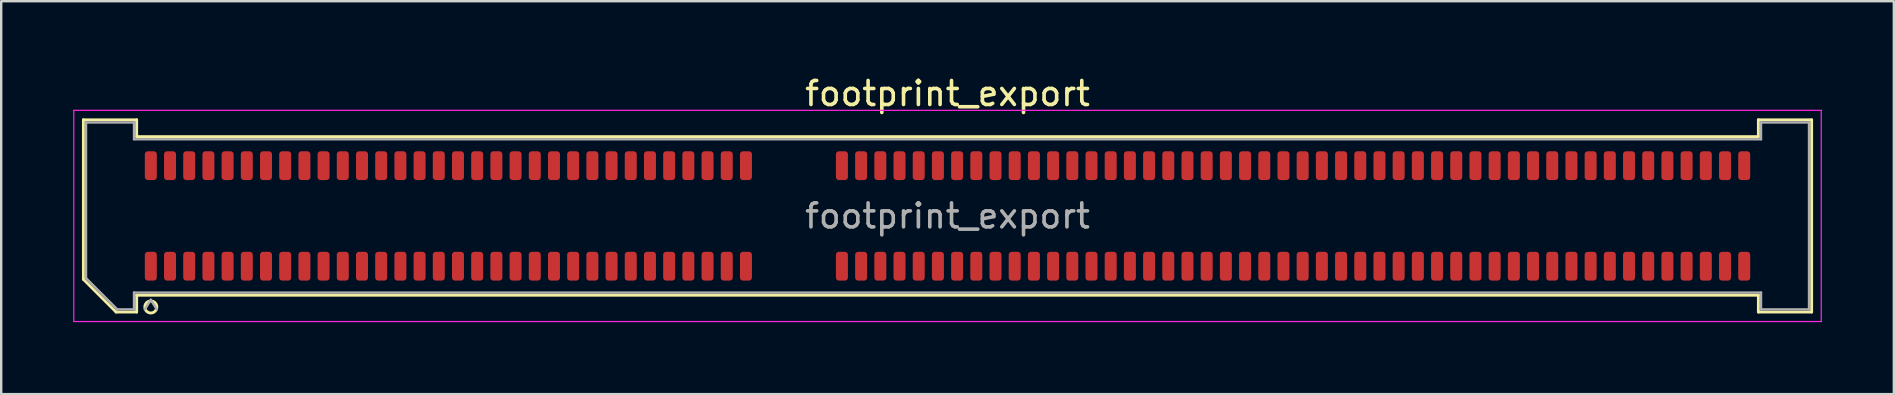
<source format=kicad_pcb>
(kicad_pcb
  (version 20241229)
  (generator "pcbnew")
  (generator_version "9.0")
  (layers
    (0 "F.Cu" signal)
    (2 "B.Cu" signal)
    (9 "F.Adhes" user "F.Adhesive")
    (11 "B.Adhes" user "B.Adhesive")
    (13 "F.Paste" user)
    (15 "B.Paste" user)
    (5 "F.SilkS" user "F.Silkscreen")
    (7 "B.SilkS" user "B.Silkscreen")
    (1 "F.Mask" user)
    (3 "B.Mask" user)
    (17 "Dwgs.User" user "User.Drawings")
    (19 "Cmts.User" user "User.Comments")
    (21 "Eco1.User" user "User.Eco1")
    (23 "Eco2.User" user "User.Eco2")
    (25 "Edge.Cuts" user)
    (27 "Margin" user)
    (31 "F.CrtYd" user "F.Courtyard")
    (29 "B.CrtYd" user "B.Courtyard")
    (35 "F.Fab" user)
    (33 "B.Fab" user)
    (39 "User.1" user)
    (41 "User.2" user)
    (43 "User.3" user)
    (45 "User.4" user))
  (footprint "footprint_export"
    (layer "F.Cu")
    (at 36.435 5.948)
    (property "Reference" "footprint_export" (at 0 -5.1 0) (layer "F.SilkS") (effects (font (size 1 1) (thickness 0.15))))
    (attr smd)
    (fp_line (start -36.01 -4.005) (end -33.79 -4.005) (stroke (width 0.12) (type solid)) (layer "F.SilkS"))
    (fp_line (start -36.01 2.641) (end -36.01 -4.005) (stroke (width 0.12) (type solid)) (layer "F.SilkS"))
    (fp_line (start -34.646 4.005) (end -36.01 2.641) (stroke (width 0.12) (type solid)) (layer "F.SilkS"))
    (fp_line (start -33.79 -4.005) (end -33.79 -3.305) (stroke (width 0.12) (type solid)) (layer "F.SilkS"))
    (fp_line (start -33.79 -3.305) (end 33.79 -3.305) (stroke (width 0.12) (type solid)) (layer "F.SilkS"))
    (fp_line (start -33.79 3.305) (end -33.79 4.005) (stroke (width 0.12) (type solid)) (layer "F.SilkS"))
    (fp_line (start -33.79 4.005) (end -34.646 4.005) (stroke (width 0.12) (type solid)) (layer "F.SilkS"))
    (fp_line (start 33.79 -4.005) (end 36.01 -4.005) (stroke (width 0.12) (type solid)) (layer "F.SilkS"))
    (fp_line (start 33.79 -3.305) (end 33.79 -4.005) (stroke (width 0.12) (type solid)) (layer "F.SilkS"))
    (fp_line (start 33.79 3.305) (end -33.79 3.305) (stroke (width 0.12) (type solid)) (layer "F.SilkS"))
    (fp_line (start 33.79 4.005) (end 33.79 3.305) (stroke (width 0.12) (type solid)) (layer "F.SilkS"))
    (fp_line (start 36.01 -4.005) (end 36.01 4.005) (stroke (width 0.12) (type solid)) (layer "F.SilkS"))
    (fp_line (start 36.01 4.005) (end 33.79 4.005) (stroke (width 0.12) (type solid)) (layer "F.SilkS"))
    (fp_arc (start -32.95 3.795) (mid -33.45 3.795) (end -32.95 3.795) (stroke (width 0.12) (type solid)) (layer "F.SilkS"))
    (fp_line (start -36.41 -4.4) (end -36.41 4.4) (stroke (width 0.05) (type solid)) (layer "F.CrtYd"))
    (fp_line (start -36.41 4.4) (end 36.41 4.4) (stroke (width 0.05) (type solid)) (layer "F.CrtYd"))
    (fp_line (start 36.41 -4.4) (end -36.41 -4.4) (stroke (width 0.05) (type solid)) (layer "F.CrtYd"))
    (fp_line (start 36.41 4.4) (end 36.41 -4.4) (stroke (width 0.05) (type solid)) (layer "F.CrtYd"))
    (fp_line (start -35.9 -3.895) (end -33.9 -3.895) (stroke (width 0.1) (type solid)) (layer "F.Fab"))
    (fp_line (start -35.9 2.595) (end -35.9 -3.895) (stroke (width 0.1) (type solid)) (layer "F.Fab"))
    (fp_line (start -34.6 3.895) (end -35.9 2.595) (stroke (width 0.1) (type solid)) (layer "F.Fab"))
    (fp_line (start -33.9 -3.895) (end -33.9 -3.195) (stroke (width 0.1) (type solid)) (layer "F.Fab"))
    (fp_line (start -33.9 -3.195) (end 33.9 -3.195) (stroke (width 0.1) (type solid)) (layer "F.Fab"))
    (fp_line (start -33.9 3.195) (end -33.9 3.895) (stroke (width 0.1) (type solid)) (layer "F.Fab"))
    (fp_line (start -33.9 3.895) (end -34.6 3.895) (stroke (width 0.1) (type solid)) (layer "F.Fab"))
    (fp_line (start -33.2 3.495) (end -33.45 3.895) (stroke (width 0.1) (type solid)) (layer "F.Fab"))
    (fp_line (start -33.2 3.495) (end -32.95 3.895) (stroke (width 0.1) (type solid)) (layer "F.Fab"))
    (fp_line (start 33.9 -3.895) (end 35.9 -3.895) (stroke (width 0.1) (type solid)) (layer "F.Fab"))
    (fp_line (start 33.9 -3.195) (end 33.9 -3.895) (stroke (width 0.1) (type solid)) (layer "F.Fab"))
    (fp_line (start 33.9 3.195) (end -33.9 3.195) (stroke (width 0.1) (type solid)) (layer "F.Fab"))
    (fp_line (start 33.9 3.895) (end 33.9 3.195) (stroke (width 0.1) (type solid)) (layer "F.Fab"))
    (fp_line (start 35.9 -3.895) (end 35.9 3.895) (stroke (width 0.1) (type solid)) (layer "F.Fab"))
    (fp_line (start 35.9 3.895) (end 33.9 3.895) (stroke (width 0.1) (type solid)) (layer "F.Fab"))
    (fp_text user "${REFERENCE}" (at 0 0 0) (layer "F.Fab") (effects (font (size 1 1) (thickness 0.15))))
    (pad "1" smd roundrect (at -33.2 2.095) (size 0.5 1.2) (layers "F.Cu" "F.Mask" "F.Paste") (roundrect_rratio 0.25))
    (pad "2" smd roundrect (at -33.2 -2.095) (size 0.5 1.2) (layers "F.Cu" "F.Mask" "F.Paste") (roundrect_rratio 0.25))
    (pad "3" smd roundrect (at -32.4 2.095) (size 0.5 1.2) (layers "F.Cu" "F.Mask" "F.Paste") (roundrect_rratio 0.25))
    (pad "4" smd roundrect (at -32.4 -2.095) (size 0.5 1.2) (layers "F.Cu" "F.Mask" "F.Paste") (roundrect_rratio 0.25))
    (pad "5" smd roundrect (at -31.6 2.095) (size 0.5 1.2) (layers "F.Cu" "F.Mask" "F.Paste") (roundrect_rratio 0.25))
    (pad "6" smd roundrect (at -31.6 -2.095) (size 0.5 1.2) (layers "F.Cu" "F.Mask" "F.Paste") (roundrect_rratio 0.25))
    (pad "7" smd roundrect (at -30.8 2.095) (size 0.5 1.2) (layers "F.Cu" "F.Mask" "F.Paste") (roundrect_rratio 0.25))
    (pad "8" smd roundrect (at -30.8 -2.095) (size 0.5 1.2) (layers "F.Cu" "F.Mask" "F.Paste") (roundrect_rratio 0.25))
    (pad "9" smd roundrect (at -30 2.095) (size 0.5 1.2) (layers "F.Cu" "F.Mask" "F.Paste") (roundrect_rratio 0.25))
    (pad "10" smd roundrect (at -30 -2.095) (size 0.5 1.2) (layers "F.Cu" "F.Mask" "F.Paste") (roundrect_rratio 0.25))
    (pad "11" smd roundrect (at -29.2 2.095) (size 0.5 1.2) (layers "F.Cu" "F.Mask" "F.Paste") (roundrect_rratio 0.25))
    (pad "12" smd roundrect (at -29.2 -2.095) (size 0.5 1.2) (layers "F.Cu" "F.Mask" "F.Paste") (roundrect_rratio 0.25))
    (pad "13" smd roundrect (at -28.4 2.095) (size 0.5 1.2) (layers "F.Cu" "F.Mask" "F.Paste") (roundrect_rratio 0.25))
    (pad "14" smd roundrect (at -28.4 -2.095) (size 0.5 1.2) (layers "F.Cu" "F.Mask" "F.Paste") (roundrect_rratio 0.25))
    (pad "15" smd roundrect (at -27.6 2.095) (size 0.5 1.2) (layers "F.Cu" "F.Mask" "F.Paste") (roundrect_rratio 0.25))
    (pad "16" smd roundrect (at -27.6 -2.095) (size 0.5 1.2) (layers "F.Cu" "F.Mask" "F.Paste") (roundrect_rratio 0.25))
    (pad "17" smd roundrect (at -26.8 2.095) (size 0.5 1.2) (layers "F.Cu" "F.Mask" "F.Paste") (roundrect_rratio 0.25))
    (pad "18" smd roundrect (at -26.8 -2.095) (size 0.5 1.2) (layers "F.Cu" "F.Mask" "F.Paste") (roundrect_rratio 0.25))
    (pad "19" smd roundrect (at -26 2.095) (size 0.5 1.2) (layers "F.Cu" "F.Mask" "F.Paste") (roundrect_rratio 0.25))
    (pad "20" smd roundrect (at -26 -2.095) (size 0.5 1.2) (layers "F.Cu" "F.Mask" "F.Paste") (roundrect_rratio 0.25))
    (pad "21" smd roundrect (at -25.2 2.095) (size 0.5 1.2) (layers "F.Cu" "F.Mask" "F.Paste") (roundrect_rratio 0.25))
    (pad "22" smd roundrect (at -25.2 -2.095) (size 0.5 1.2) (layers "F.Cu" "F.Mask" "F.Paste") (roundrect_rratio 0.25))
    (pad "23" smd roundrect (at -24.4 2.095) (size 0.5 1.2) (layers "F.Cu" "F.Mask" "F.Paste") (roundrect_rratio 0.25))
    (pad "24" smd roundrect (at -24.4 -2.095) (size 0.5 1.2) (layers "F.Cu" "F.Mask" "F.Paste") (roundrect_rratio 0.25))
    (pad "25" smd roundrect (at -23.6 2.095) (size 0.5 1.2) (layers "F.Cu" "F.Mask" "F.Paste") (roundrect_rratio 0.25))
    (pad "26" smd roundrect (at -23.6 -2.095) (size 0.5 1.2) (layers "F.Cu" "F.Mask" "F.Paste") (roundrect_rratio 0.25))
    (pad "27" smd roundrect (at -22.8 2.095) (size 0.5 1.2) (layers "F.Cu" "F.Mask" "F.Paste") (roundrect_rratio 0.25))
    (pad "28" smd roundrect (at -22.8 -2.095) (size 0.5 1.2) (layers "F.Cu" "F.Mask" "F.Paste") (roundrect_rratio 0.25))
    (pad "29" smd roundrect (at -22 2.095) (size 0.5 1.2) (layers "F.Cu" "F.Mask" "F.Paste") (roundrect_rratio 0.25))
    (pad "30" smd roundrect (at -22 -2.095) (size 0.5 1.2) (layers "F.Cu" "F.Mask" "F.Paste") (roundrect_rratio 0.25))
    (pad "31" smd roundrect (at -21.2 2.095) (size 0.5 1.2) (layers "F.Cu" "F.Mask" "F.Paste") (roundrect_rratio 0.25))
    (pad "32" smd roundrect (at -21.2 -2.095) (size 0.5 1.2) (layers "F.Cu" "F.Mask" "F.Paste") (roundrect_rratio 0.25))
    (pad "33" smd roundrect (at -20.4 2.095) (size 0.5 1.2) (layers "F.Cu" "F.Mask" "F.Paste") (roundrect_rratio 0.25))
    (pad "34" smd roundrect (at -20.4 -2.095) (size 0.5 1.2) (layers "F.Cu" "F.Mask" "F.Paste") (roundrect_rratio 0.25))
    (pad "35" smd roundrect (at -19.6 2.095) (size 0.5 1.2) (layers "F.Cu" "F.Mask" "F.Paste") (roundrect_rratio 0.25))
    (pad "36" smd roundrect (at -19.6 -2.095) (size 0.5 1.2) (layers "F.Cu" "F.Mask" "F.Paste") (roundrect_rratio 0.25))
    (pad "37" smd roundrect (at -18.8 2.095) (size 0.5 1.2) (layers "F.Cu" "F.Mask" "F.Paste") (roundrect_rratio 0.25))
    (pad "38" smd roundrect (at -18.8 -2.095) (size 0.5 1.2) (layers "F.Cu" "F.Mask" "F.Paste") (roundrect_rratio 0.25))
    (pad "39" smd roundrect (at -18 2.095) (size 0.5 1.2) (layers "F.Cu" "F.Mask" "F.Paste") (roundrect_rratio 0.25))
    (pad "40" smd roundrect (at -18 -2.095) (size 0.5 1.2) (layers "F.Cu" "F.Mask" "F.Paste") (roundrect_rratio 0.25))
    (pad "41" smd roundrect (at -17.2 2.095) (size 0.5 1.2) (layers "F.Cu" "F.Mask" "F.Paste") (roundrect_rratio 0.25))
    (pad "42" smd roundrect (at -17.2 -2.095) (size 0.5 1.2) (layers "F.Cu" "F.Mask" "F.Paste") (roundrect_rratio 0.25))
    (pad "43" smd roundrect (at -16.4 2.095) (size 0.5 1.2) (layers "F.Cu" "F.Mask" "F.Paste") (roundrect_rratio 0.25))
    (pad "44" smd roundrect (at -16.4 -2.095) (size 0.5 1.2) (layers "F.Cu" "F.Mask" "F.Paste") (roundrect_rratio 0.25))
    (pad "45" smd roundrect (at -15.6 2.095) (size 0.5 1.2) (layers "F.Cu" "F.Mask" "F.Paste") (roundrect_rratio 0.25))
    (pad "46" smd roundrect (at -15.6 -2.095) (size 0.5 1.2) (layers "F.Cu" "F.Mask" "F.Paste") (roundrect_rratio 0.25))
    (pad "47" smd roundrect (at -14.8 2.095) (size 0.5 1.2) (layers "F.Cu" "F.Mask" "F.Paste") (roundrect_rratio 0.25))
    (pad "48" smd roundrect (at -14.8 -2.095) (size 0.5 1.2) (layers "F.Cu" "F.Mask" "F.Paste") (roundrect_rratio 0.25))
    (pad "49" smd roundrect (at -14 2.095) (size 0.5 1.2) (layers "F.Cu" "F.Mask" "F.Paste") (roundrect_rratio 0.25))
    (pad "50" smd roundrect (at -14 -2.095) (size 0.5 1.2) (layers "F.Cu" "F.Mask" "F.Paste") (roundrect_rratio 0.25))
    (pad "51" smd roundrect (at -13.2 2.095) (size 0.5 1.2) (layers "F.Cu" "F.Mask" "F.Paste") (roundrect_rratio 0.25))
    (pad "52" smd roundrect (at -13.2 -2.095) (size 0.5 1.2) (layers "F.Cu" "F.Mask" "F.Paste") (roundrect_rratio 0.25))
    (pad "53" smd roundrect (at -12.4 2.095) (size 0.5 1.2) (layers "F.Cu" "F.Mask" "F.Paste") (roundrect_rratio 0.25))
    (pad "54" smd roundrect (at -12.4 -2.095) (size 0.5 1.2) (layers "F.Cu" "F.Mask" "F.Paste") (roundrect_rratio 0.25))
    (pad "55" smd roundrect (at -11.6 2.095) (size 0.5 1.2) (layers "F.Cu" "F.Mask" "F.Paste") (roundrect_rratio 0.25))
    (pad "56" smd roundrect (at -11.6 -2.095) (size 0.5 1.2) (layers "F.Cu" "F.Mask" "F.Paste") (roundrect_rratio 0.25))
    (pad "57" smd roundrect (at -10.8 2.095) (size 0.5 1.2) (layers "F.Cu" "F.Mask" "F.Paste") (roundrect_rratio 0.25))
    (pad "58" smd roundrect (at -10.8 -2.095) (size 0.5 1.2) (layers "F.Cu" "F.Mask" "F.Paste") (roundrect_rratio 0.25))
    (pad "59" smd roundrect (at -10 2.095) (size 0.5 1.2) (layers "F.Cu" "F.Mask" "F.Paste") (roundrect_rratio 0.25))
    (pad "60" smd roundrect (at -10 -2.095) (size 0.5 1.2) (layers "F.Cu" "F.Mask" "F.Paste") (roundrect_rratio 0.25))
    (pad "61" smd roundrect (at -9.2 2.095) (size 0.5 1.2) (layers "F.Cu" "F.Mask" "F.Paste") (roundrect_rratio 0.25))
    (pad "62" smd roundrect (at -9.2 -2.095) (size 0.5 1.2) (layers "F.Cu" "F.Mask" "F.Paste") (roundrect_rratio 0.25))
    (pad "63" smd roundrect (at -8.4 2.095) (size 0.5 1.2) (layers "F.Cu" "F.Mask" "F.Paste") (roundrect_rratio 0.25))
    (pad "64" smd roundrect (at -8.4 -2.095) (size 0.5 1.2) (layers "F.Cu" "F.Mask" "F.Paste") (roundrect_rratio 0.25))
    (pad "65" smd roundrect (at -4.4 2.095) (size 0.5 1.2) (layers "F.Cu" "F.Mask" "F.Paste") (roundrect_rratio 0.25))
    (pad "66" smd roundrect (at -4.4 -2.095) (size 0.5 1.2) (layers "F.Cu" "F.Mask" "F.Paste") (roundrect_rratio 0.25))
    (pad "67" smd roundrect (at -3.6 2.095) (size 0.5 1.2) (layers "F.Cu" "F.Mask" "F.Paste") (roundrect_rratio 0.25))
    (pad "68" smd roundrect (at -3.6 -2.095) (size 0.5 1.2) (layers "F.Cu" "F.Mask" "F.Paste") (roundrect_rratio 0.25))
    (pad "69" smd roundrect (at -2.8 2.095) (size 0.5 1.2) (layers "F.Cu" "F.Mask" "F.Paste") (roundrect_rratio 0.25))
    (pad "70" smd roundrect (at -2.8 -2.095) (size 0.5 1.2) (layers "F.Cu" "F.Mask" "F.Paste") (roundrect_rratio 0.25))
    (pad "71" smd roundrect (at -2 2.095) (size 0.5 1.2) (layers "F.Cu" "F.Mask" "F.Paste") (roundrect_rratio 0.25))
    (pad "72" smd roundrect (at -2 -2.095) (size 0.5 1.2) (layers "F.Cu" "F.Mask" "F.Paste") (roundrect_rratio 0.25))
    (pad "73" smd roundrect (at -1.2 2.095) (size 0.5 1.2) (layers "F.Cu" "F.Mask" "F.Paste") (roundrect_rratio 0.25))
    (pad "74" smd roundrect (at -1.2 -2.095) (size 0.5 1.2) (layers "F.Cu" "F.Mask" "F.Paste") (roundrect_rratio 0.25))
    (pad "75" smd roundrect (at -0.4 2.095) (size 0.5 1.2) (layers "F.Cu" "F.Mask" "F.Paste") (roundrect_rratio 0.25))
    (pad "76" smd roundrect (at -0.4 -2.095) (size 0.5 1.2) (layers "F.Cu" "F.Mask" "F.Paste") (roundrect_rratio 0.25))
    (pad "77" smd roundrect (at 0.4 2.095) (size 0.5 1.2) (layers "F.Cu" "F.Mask" "F.Paste") (roundrect_rratio 0.25))
    (pad "78" smd roundrect (at 0.4 -2.095) (size 0.5 1.2) (layers "F.Cu" "F.Mask" "F.Paste") (roundrect_rratio 0.25))
    (pad "79" smd roundrect (at 1.2 2.095) (size 0.5 1.2) (layers "F.Cu" "F.Mask" "F.Paste") (roundrect_rratio 0.25))
    (pad "80" smd roundrect (at 1.2 -2.095) (size 0.5 1.2) (layers "F.Cu" "F.Mask" "F.Paste") (roundrect_rratio 0.25))
    (pad "81" smd roundrect (at 2 2.095) (size 0.5 1.2) (layers "F.Cu" "F.Mask" "F.Paste") (roundrect_rratio 0.25))
    (pad "82" smd roundrect (at 2 -2.095) (size 0.5 1.2) (layers "F.Cu" "F.Mask" "F.Paste") (roundrect_rratio 0.25))
    (pad "83" smd roundrect (at 2.8 2.095) (size 0.5 1.2) (layers "F.Cu" "F.Mask" "F.Paste") (roundrect_rratio 0.25))
    (pad "84" smd roundrect (at 2.8 -2.095) (size 0.5 1.2) (layers "F.Cu" "F.Mask" "F.Paste") (roundrect_rratio 0.25))
    (pad "85" smd roundrect (at 3.6 2.095) (size 0.5 1.2) (layers "F.Cu" "F.Mask" "F.Paste") (roundrect_rratio 0.25))
    (pad "86" smd roundrect (at 3.6 -2.095) (size 0.5 1.2) (layers "F.Cu" "F.Mask" "F.Paste") (roundrect_rratio 0.25))
    (pad "87" smd roundrect (at 4.4 2.095) (size 0.5 1.2) (layers "F.Cu" "F.Mask" "F.Paste") (roundrect_rratio 0.25))
    (pad "88" smd roundrect (at 4.4 -2.095) (size 0.5 1.2) (layers "F.Cu" "F.Mask" "F.Paste") (roundrect_rratio 0.25))
    (pad "89" smd roundrect (at 5.2 2.095) (size 0.5 1.2) (layers "F.Cu" "F.Mask" "F.Paste") (roundrect_rratio 0.25))
    (pad "90" smd roundrect (at 5.2 -2.095) (size 0.5 1.2) (layers "F.Cu" "F.Mask" "F.Paste") (roundrect_rratio 0.25))
    (pad "91" smd roundrect (at 6 2.095) (size 0.5 1.2) (layers "F.Cu" "F.Mask" "F.Paste") (roundrect_rratio 0.25))
    (pad "92" smd roundrect (at 6 -2.095) (size 0.5 1.2) (layers "F.Cu" "F.Mask" "F.Paste") (roundrect_rratio 0.25))
    (pad "93" smd roundrect (at 6.8 2.095) (size 0.5 1.2) (layers "F.Cu" "F.Mask" "F.Paste") (roundrect_rratio 0.25))
    (pad "94" smd roundrect (at 6.8 -2.095) (size 0.5 1.2) (layers "F.Cu" "F.Mask" "F.Paste") (roundrect_rratio 0.25))
    (pad "95" smd roundrect (at 7.6 2.095) (size 0.5 1.2) (layers "F.Cu" "F.Mask" "F.Paste") (roundrect_rratio 0.25))
    (pad "96" smd roundrect (at 7.6 -2.095) (size 0.5 1.2) (layers "F.Cu" "F.Mask" "F.Paste") (roundrect_rratio 0.25))
    (pad "97" smd roundrect (at 8.4 2.095) (size 0.5 1.2) (layers "F.Cu" "F.Mask" "F.Paste") (roundrect_rratio 0.25))
    (pad "98" smd roundrect (at 8.4 -2.095) (size 0.5 1.2) (layers "F.Cu" "F.Mask" "F.Paste") (roundrect_rratio 0.25))
    (pad "99" smd roundrect (at 9.2 2.095) (size 0.5 1.2) (layers "F.Cu" "F.Mask" "F.Paste") (roundrect_rratio 0.25))
    (pad "100" smd roundrect (at 9.2 -2.095) (size 0.5 1.2) (layers "F.Cu" "F.Mask" "F.Paste") (roundrect_rratio 0.25))
    (pad "101" smd roundrect (at 10 2.095) (size 0.5 1.2) (layers "F.Cu" "F.Mask" "F.Paste") (roundrect_rratio 0.25))
    (pad "102" smd roundrect (at 10 -2.095) (size 0.5 1.2) (layers "F.Cu" "F.Mask" "F.Paste") (roundrect_rratio 0.25))
    (pad "103" smd roundrect (at 10.8 2.095) (size 0.5 1.2) (layers "F.Cu" "F.Mask" "F.Paste") (roundrect_rratio 0.25))
    (pad "104" smd roundrect (at 10.8 -2.095) (size 0.5 1.2) (layers "F.Cu" "F.Mask" "F.Paste") (roundrect_rratio 0.25))
    (pad "105" smd roundrect (at 11.6 2.095) (size 0.5 1.2) (layers "F.Cu" "F.Mask" "F.Paste") (roundrect_rratio 0.25))
    (pad "106" smd roundrect (at 11.6 -2.095) (size 0.5 1.2) (layers "F.Cu" "F.Mask" "F.Paste") (roundrect_rratio 0.25))
    (pad "107" smd roundrect (at 12.4 2.095) (size 0.5 1.2) (layers "F.Cu" "F.Mask" "F.Paste") (roundrect_rratio 0.25))
    (pad "108" smd roundrect (at 12.4 -2.095) (size 0.5 1.2) (layers "F.Cu" "F.Mask" "F.Paste") (roundrect_rratio 0.25))
    (pad "109" smd roundrect (at 13.2 2.095) (size 0.5 1.2) (layers "F.Cu" "F.Mask" "F.Paste") (roundrect_rratio 0.25))
    (pad "110" smd roundrect (at 13.2 -2.095) (size 0.5 1.2) (layers "F.Cu" "F.Mask" "F.Paste") (roundrect_rratio 0.25))
    (pad "111" smd roundrect (at 14 2.095) (size 0.5 1.2) (layers "F.Cu" "F.Mask" "F.Paste") (roundrect_rratio 0.25))
    (pad "112" smd roundrect (at 14 -2.095) (size 0.5 1.2) (layers "F.Cu" "F.Mask" "F.Paste") (roundrect_rratio 0.25))
    (pad "113" smd roundrect (at 14.8 2.095) (size 0.5 1.2) (layers "F.Cu" "F.Mask" "F.Paste") (roundrect_rratio 0.25))
    (pad "114" smd roundrect (at 14.8 -2.095) (size 0.5 1.2) (layers "F.Cu" "F.Mask" "F.Paste") (roundrect_rratio 0.25))
    (pad "115" smd roundrect (at 15.6 2.095) (size 0.5 1.2) (layers "F.Cu" "F.Mask" "F.Paste") (roundrect_rratio 0.25))
    (pad "116" smd roundrect (at 15.6 -2.095) (size 0.5 1.2) (layers "F.Cu" "F.Mask" "F.Paste") (roundrect_rratio 0.25))
    (pad "117" smd roundrect (at 16.4 2.095) (size 0.5 1.2) (layers "F.Cu" "F.Mask" "F.Paste") (roundrect_rratio 0.25))
    (pad "118" smd roundrect (at 16.4 -2.095) (size 0.5 1.2) (layers "F.Cu" "F.Mask" "F.Paste") (roundrect_rratio 0.25))
    (pad "119" smd roundrect (at 17.2 2.095) (size 0.5 1.2) (layers "F.Cu" "F.Mask" "F.Paste") (roundrect_rratio 0.25))
    (pad "120" smd roundrect (at 17.2 -2.095) (size 0.5 1.2) (layers "F.Cu" "F.Mask" "F.Paste") (roundrect_rratio 0.25))
    (pad "121" smd roundrect (at 18 2.095) (size 0.5 1.2) (layers "F.Cu" "F.Mask" "F.Paste") (roundrect_rratio 0.25))
    (pad "122" smd roundrect (at 18 -2.095) (size 0.5 1.2) (layers "F.Cu" "F.Mask" "F.Paste") (roundrect_rratio 0.25))
    (pad "123" smd roundrect (at 18.8 2.095) (size 0.5 1.2) (layers "F.Cu" "F.Mask" "F.Paste") (roundrect_rratio 0.25))
    (pad "124" smd roundrect (at 18.8 -2.095) (size 0.5 1.2) (layers "F.Cu" "F.Mask" "F.Paste") (roundrect_rratio 0.25))
    (pad "125" smd roundrect (at 19.6 2.095) (size 0.5 1.2) (layers "F.Cu" "F.Mask" "F.Paste") (roundrect_rratio 0.25))
    (pad "126" smd roundrect (at 19.6 -2.095) (size 0.5 1.2) (layers "F.Cu" "F.Mask" "F.Paste") (roundrect_rratio 0.25))
    (pad "127" smd roundrect (at 20.4 2.095) (size 0.5 1.2) (layers "F.Cu" "F.Mask" "F.Paste") (roundrect_rratio 0.25))
    (pad "128" smd roundrect (at 20.4 -2.095) (size 0.5 1.2) (layers "F.Cu" "F.Mask" "F.Paste") (roundrect_rratio 0.25))
    (pad "129" smd roundrect (at 21.2 2.095) (size 0.5 1.2) (layers "F.Cu" "F.Mask" "F.Paste") (roundrect_rratio 0.25))
    (pad "130" smd roundrect (at 21.2 -2.095) (size 0.5 1.2) (layers "F.Cu" "F.Mask" "F.Paste") (roundrect_rratio 0.25))
    (pad "131" smd roundrect (at 22 2.095) (size 0.5 1.2) (layers "F.Cu" "F.Mask" "F.Paste") (roundrect_rratio 0.25))
    (pad "132" smd roundrect (at 22 -2.095) (size 0.5 1.2) (layers "F.Cu" "F.Mask" "F.Paste") (roundrect_rratio 0.25))
    (pad "133" smd roundrect (at 22.8 2.095) (size 0.5 1.2) (layers "F.Cu" "F.Mask" "F.Paste") (roundrect_rratio 0.25))
    (pad "134" smd roundrect (at 22.8 -2.095) (size 0.5 1.2) (layers "F.Cu" "F.Mask" "F.Paste") (roundrect_rratio 0.25))
    (pad "135" smd roundrect (at 23.6 2.095) (size 0.5 1.2) (layers "F.Cu" "F.Mask" "F.Paste") (roundrect_rratio 0.25))
    (pad "136" smd roundrect (at 23.6 -2.095) (size 0.5 1.2) (layers "F.Cu" "F.Mask" "F.Paste") (roundrect_rratio 0.25))
    (pad "137" smd roundrect (at 24.4 2.095) (size 0.5 1.2) (layers "F.Cu" "F.Mask" "F.Paste") (roundrect_rratio 0.25))
    (pad "138" smd roundrect (at 24.4 -2.095) (size 0.5 1.2) (layers "F.Cu" "F.Mask" "F.Paste") (roundrect_rratio 0.25))
    (pad "139" smd roundrect (at 25.2 2.095) (size 0.5 1.2) (layers "F.Cu" "F.Mask" "F.Paste") (roundrect_rratio 0.25))
    (pad "140" smd roundrect (at 25.2 -2.095) (size 0.5 1.2) (layers "F.Cu" "F.Mask" "F.Paste") (roundrect_rratio 0.25))
    (pad "141" smd roundrect (at 26 2.095) (size 0.5 1.2) (layers "F.Cu" "F.Mask" "F.Paste") (roundrect_rratio 0.25))
    (pad "142" smd roundrect (at 26 -2.095) (size 0.5 1.2) (layers "F.Cu" "F.Mask" "F.Paste") (roundrect_rratio 0.25))
    (pad "143" smd roundrect (at 26.8 2.095) (size 0.5 1.2) (layers "F.Cu" "F.Mask" "F.Paste") (roundrect_rratio 0.25))
    (pad "144" smd roundrect (at 26.8 -2.095) (size 0.5 1.2) (layers "F.Cu" "F.Mask" "F.Paste") (roundrect_rratio 0.25))
    (pad "145" smd roundrect (at 27.6 2.095) (size 0.5 1.2) (layers "F.Cu" "F.Mask" "F.Paste") (roundrect_rratio 0.25))
    (pad "146" smd roundrect (at 27.6 -2.095) (size 0.5 1.2) (layers "F.Cu" "F.Mask" "F.Paste") (roundrect_rratio 0.25))
    (pad "147" smd roundrect (at 28.4 2.095) (size 0.5 1.2) (layers "F.Cu" "F.Mask" "F.Paste") (roundrect_rratio 0.25))
    (pad "148" smd roundrect (at 28.4 -2.095) (size 0.5 1.2) (layers "F.Cu" "F.Mask" "F.Paste") (roundrect_rratio 0.25))
    (pad "149" smd roundrect (at 29.2 2.095) (size 0.5 1.2) (layers "F.Cu" "F.Mask" "F.Paste") (roundrect_rratio 0.25))
    (pad "150" smd roundrect (at 29.2 -2.095) (size 0.5 1.2) (layers "F.Cu" "F.Mask" "F.Paste") (roundrect_rratio 0.25))
    (pad "151" smd roundrect (at 30 2.095) (size 0.5 1.2) (layers "F.Cu" "F.Mask" "F.Paste") (roundrect_rratio 0.25))
    (pad "152" smd roundrect (at 30 -2.095) (size 0.5 1.2) (layers "F.Cu" "F.Mask" "F.Paste") (roundrect_rratio 0.25))
    (pad "153" smd roundrect (at 30.8 2.095) (size 0.5 1.2) (layers "F.Cu" "F.Mask" "F.Paste") (roundrect_rratio 0.25))
    (pad "154" smd roundrect (at 30.8 -2.095) (size 0.5 1.2) (layers "F.Cu" "F.Mask" "F.Paste") (roundrect_rratio 0.25))
    (pad "155" smd roundrect (at 31.6 2.095) (size 0.5 1.2) (layers "F.Cu" "F.Mask" "F.Paste") (roundrect_rratio 0.25))
    (pad "156" smd roundrect (at 31.6 -2.095) (size 0.5 1.2) (layers "F.Cu" "F.Mask" "F.Paste") (roundrect_rratio 0.25))
    (pad "157" smd roundrect (at 32.4 2.095) (size 0.5 1.2) (layers "F.Cu" "F.Mask" "F.Paste") (roundrect_rratio 0.25))
    (pad "158" smd roundrect (at 32.4 -2.095) (size 0.5 1.2) (layers "F.Cu" "F.Mask" "F.Paste") (roundrect_rratio 0.25))
    (pad "159" smd roundrect (at 33.2 2.095) (size 0.5 1.2) (layers "F.Cu" "F.Mask" "F.Paste") (roundrect_rratio 0.25))
    (pad "160" smd roundrect (at 33.2 -2.095) (size 0.5 1.2) (layers "F.Cu" "F.Mask" "F.Paste") (roundrect_rratio 0.25)))
  (gr_rect
    (start -3 -3)
    (end 75.87 13.373)
    (stroke (width 0.1) (type default))
    (fill no)
    (layer "Edge.Cuts")))
</source>
